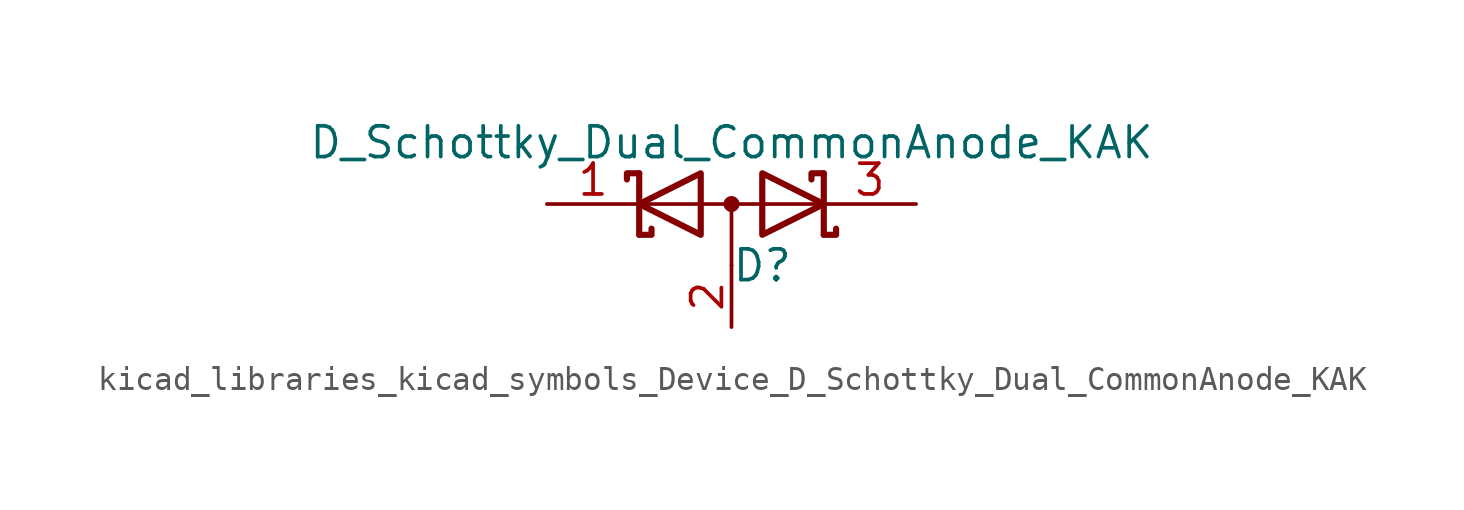
<source format=kicad_sym>
(kicad_symbol_lib
  (version 20220914)
  (generator kicad_symbol_editor)
  (symbol "kicad_libraries_kicad_symbols_Device_D_Schottky_Dual_CommonAnode_KAK"
    (pin_names
      (offset 0.762) hide)
    (property "Reference" "D"
      (at 1.27 -2.54 0)
      (effects (font (size 1.27 1.27))))
    (property "Value" "D_Schottky_Dual_CommonAnode_KAK"
      (at 0 2.54 0)
      (effects (font (size 1.27 1.27))))
    (symbol "kicad_libraries_kicad_symbols_Device_D_Schottky_Dual_CommonAnode_KAK_0_1"
      (polyline (pts (xy -3.556 0) (xy 3.81 0)) (stroke (width 0) (type default)) (fill (type none)))
      (polyline (pts (xy 0 0) (xy 0 -2.54)) (stroke (width 0) (type default)) (fill (type none)))
      (polyline (pts (xy -3.81 1.27) (xy -3.81 -1.27) (xy -3.81 -1.27)) (stroke (width 0.254) (type default)) (fill (type none)))
      (polyline (pts (xy 3.81 1.27) (xy 3.81 -1.27) (xy 3.81 -1.27)) (stroke (width 0.254) (type default)) (fill (type none)))
      (polyline (pts (xy -3.81 1.27) (xy -4.318 1.27) (xy -4.318 1.016) (xy -4.318 1.016)) (stroke (width 0.254) (type default)) (fill (type none)))
      (polyline (pts (xy 3.81 -1.27) (xy 4.318 -1.27) (xy 4.318 -1.016) (xy 4.318 -1.016)) (stroke (width 0.254) (type default)) (fill (type none)))
      (polyline (pts (xy 3.81 1.27) (xy 3.302 1.27) (xy 3.302 1.016) (xy 3.302 1.016)) (stroke (width 0.254) (type default)) (fill (type none)))
      (polyline (pts (xy -3.302 -1.016) (xy -3.302 -1.27) (xy -3.81 -1.27) (xy -3.81 -1.27) (xy -3.81 -1.27)) (stroke (width 0.254) (type default)) (fill (type none)))
      (polyline (pts (xy -1.27 -1.27) (xy -3.81 0) (xy -1.27 1.27) (xy -1.27 -1.27) (xy -1.27 -1.27) (xy -1.27 -1.27)) (stroke (width 0.254) (type default)) (fill (type none)))
      (polyline (pts (xy 1.27 1.27) (xy 3.81 0) (xy 1.27 -1.27) (xy 1.27 1.27) (xy 1.27 1.27) (xy 1.27 1.27)) (stroke (width 0.254) (type default)) (fill (type none)))
      (circle (center 0 0) (radius 0.254) (stroke (width 0) (type default)) (fill (type outline)))
      (pin passive line (at -7.62 0 0) (length 3.81) (name "K" (effects (font (size 1.27 1.27)))) (number "1" (effects (font (size 1.27 1.27)))))
      (pin passive line (at 0 -5.08 90) (length 2.54) (name "A" (effects (font (size 1.27 1.27)))) (number "2" (effects (font (size 1.27 1.27)))))
      (pin passive line (at 7.62 0 180) (length 3.81) (name "K" (effects (font (size 1.27 1.27)))) (number "3" (effects (font (size 1.27 1.27))))))))
</source>
